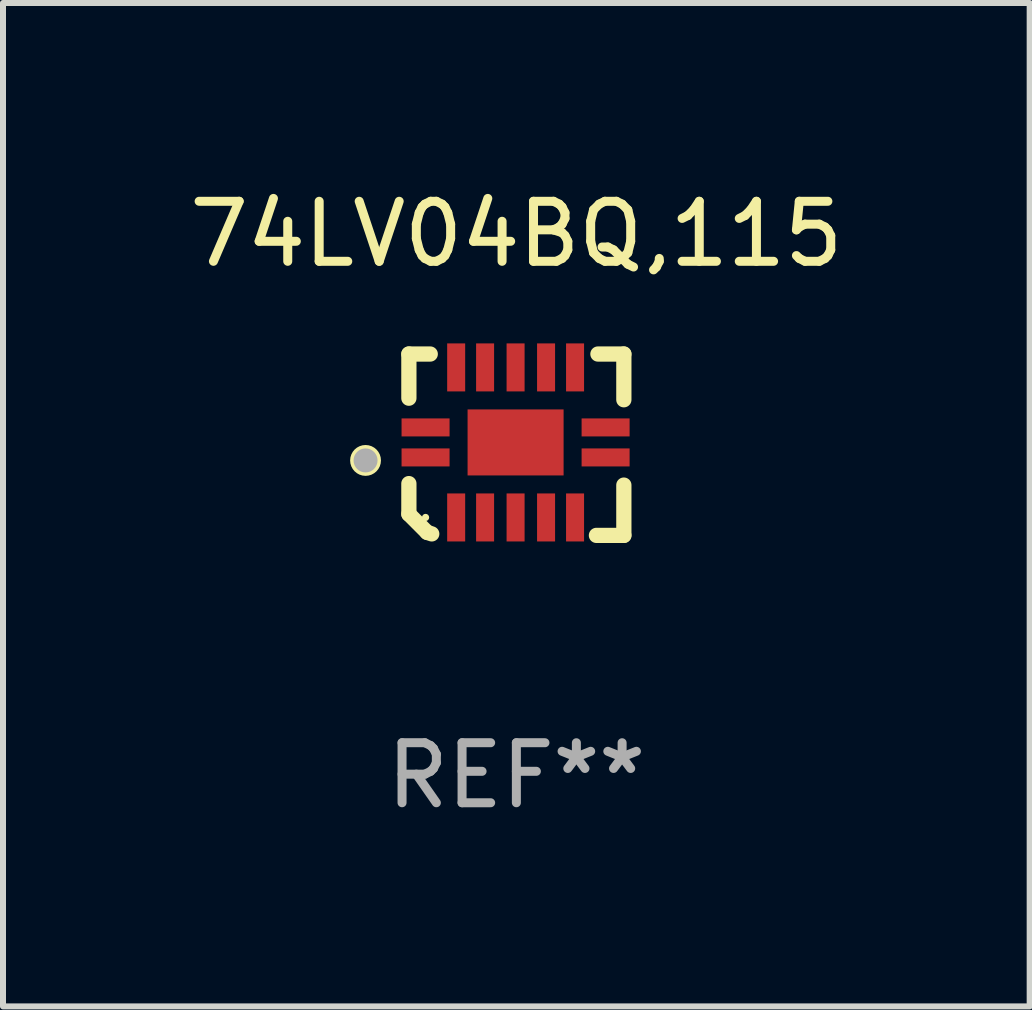
<source format=kicad_pcb>
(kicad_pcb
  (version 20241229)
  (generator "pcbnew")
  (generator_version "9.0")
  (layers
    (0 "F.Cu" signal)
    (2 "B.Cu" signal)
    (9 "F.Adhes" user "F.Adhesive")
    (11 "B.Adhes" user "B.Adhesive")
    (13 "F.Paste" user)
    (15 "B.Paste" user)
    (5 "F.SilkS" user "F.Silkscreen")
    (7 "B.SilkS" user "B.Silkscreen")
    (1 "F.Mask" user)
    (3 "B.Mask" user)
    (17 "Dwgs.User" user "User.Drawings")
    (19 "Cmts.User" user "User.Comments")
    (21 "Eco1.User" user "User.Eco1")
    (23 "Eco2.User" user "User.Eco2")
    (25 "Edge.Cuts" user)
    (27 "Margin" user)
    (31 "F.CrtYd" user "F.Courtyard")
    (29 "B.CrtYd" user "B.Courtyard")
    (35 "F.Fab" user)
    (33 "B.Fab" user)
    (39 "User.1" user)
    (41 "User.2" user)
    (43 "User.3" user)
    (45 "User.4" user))
  (footprint "74LV04BQ,115"
    (layer "F.Cu")
    (at 5.554 4.36)
    (property "Reference" "74LV04BQ,115" (at 0 -3.511 0) (layer "F.SilkS") (effects (font (size 1 1) (thickness 0.15))))
    (attr through_hole)
    (fp_line (start -1.791 -1.511) (end -1.435 -1.511) (stroke (width 0.254) (type solid)) (layer "F.SilkS"))
    (fp_line (start -1.791 -0.775) (end -1.791 -1.511) (stroke (width 0.254) (type solid)) (layer "F.SilkS"))
    (fp_line (start -1.791 1.156) (end -1.791 0.648) (stroke (width 0.254) (type solid)) (layer "F.SilkS"))
    (fp_line (start -1.486 1.461) (end -1.791 1.156) (stroke (width 0.254) (type solid)) (layer "F.SilkS"))
    (fp_line (start -1.41 1.486) (end -1.486 1.461) (stroke (width 0.254) (type solid)) (layer "F.SilkS"))
    (fp_line (start 1.334 1.511) (end 1.791 1.511) (stroke (width 0.254) (type solid)) (layer "F.SilkS"))
    (fp_line (start 1.791 -1.511) (end 1.359 -1.511) (stroke (width 0.254) (type solid)) (layer "F.SilkS"))
    (fp_line (start 1.791 -0.749) (end 1.791 -1.511) (stroke (width 0.254) (type solid)) (layer "F.SilkS"))
    (fp_line (start 1.791 1.511) (end 1.791 0.673) (stroke (width 0.254) (type solid)) (layer "F.SilkS"))
    (fp_circle (center -2.513 0.262) (end -2.383 0.262) (stroke (width 0.254) (type solid)) (fill no) (layer "F.SilkS"))
    (fp_circle (center -1.513 1.212) (end -1.483 1.212) (stroke (width 0.06) (type solid)) (fill no) (layer "F.SilkS"))
    (fp_circle (center -2.513 0.262) (end -2.413 0.262) (stroke (width 0.2) (type solid)) (fill no) (layer "F.Fab"))
    (fp_text user "REF**" (at 0 5.511 0) (layer "F.Fab") (effects (font (size 1 1) (thickness 0.15))))
    (pad "1" smd rect (at -1.513 0.212) (size 0.8 0.3) (layers "F.Cu" "F.Mask" "F.Paste"))
    (pad "2" smd rect (at -1.003 1.212) (size 0.3 0.8) (layers "F.Cu" "F.Mask" "F.Paste"))
    (pad "3" smd rect (at -0.521 1.212) (size 0.3 0.8) (layers "F.Cu" "F.Mask" "F.Paste"))
    (pad "4" smd rect (at -0.013 1.212) (size 0.3 0.8) (layers "F.Cu" "F.Mask" "F.Paste"))
    (pad "5" smd rect (at 0.495 1.212) (size 0.3 0.8) (layers "F.Cu" "F.Mask" "F.Paste"))
    (pad "6" smd rect (at 0.978 1.212) (size 0.3 0.8) (layers "F.Cu" "F.Mask" "F.Paste"))
    (pad "7" smd rect (at 1.487 0.212) (size 0.8 0.3) (layers "F.Cu" "F.Mask" "F.Paste"))
    (pad "8" smd rect (at 1.487 -0.288) (size 0.8 0.3) (layers "F.Cu" "F.Mask" "F.Paste"))
    (pad "9" smd rect (at 0.978 -1.288) (size 0.3 0.8) (layers "F.Cu" "F.Mask" "F.Paste"))
    (pad "10" smd rect (at 0.495 -1.288) (size 0.3 0.8) (layers "F.Cu" "F.Mask" "F.Paste"))
    (pad "11" smd rect (at -0.013 -1.288) (size 0.3 0.8) (layers "F.Cu" "F.Mask" "F.Paste"))
    (pad "12" smd rect (at -0.521 -1.288) (size 0.3 0.8) (layers "F.Cu" "F.Mask" "F.Paste"))
    (pad "13" smd rect (at -1.003 -1.288) (size 0.3 0.8) (layers "F.Cu" "F.Mask" "F.Paste"))
    (pad "14" smd rect (at -1.513 -0.288) (size 0.8 0.3) (layers "F.Cu" "F.Mask" "F.Paste"))
    (pad "15" smd rect (at -0.013 -0.038 90) (size 1.1 1.6) (layers "F.Cu" "F.Mask" "F.Paste")))
  (gr_rect
    (start -3 -3)
    (end 14.107 13.719)
    (stroke (width 0.1) (type default))
    (fill no)
    (layer "Edge.Cuts")))
</source>
